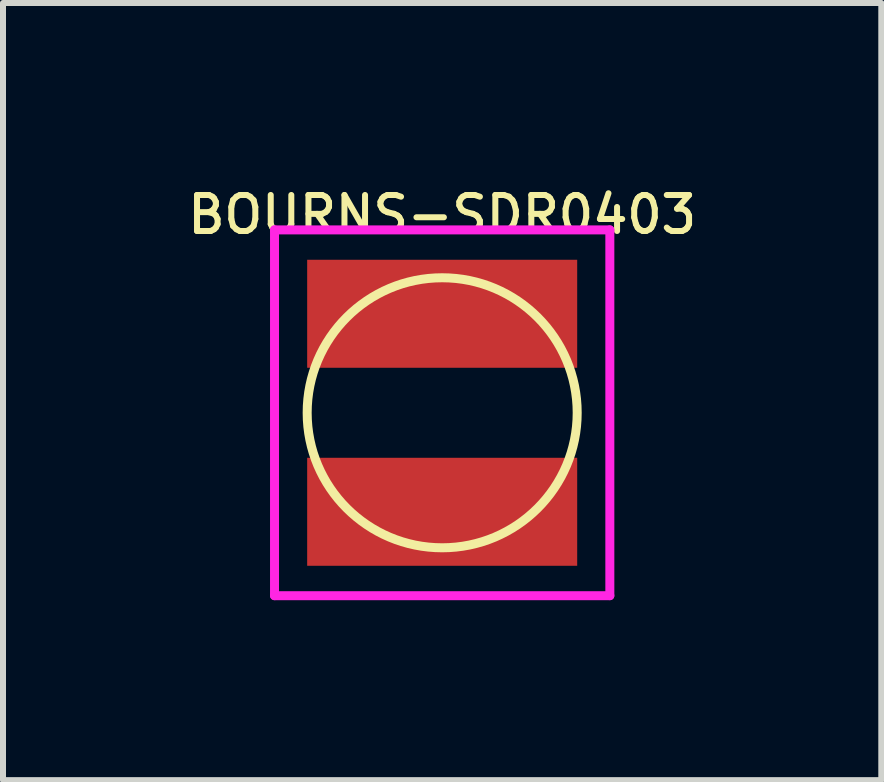
<source format=kicad_pcb>
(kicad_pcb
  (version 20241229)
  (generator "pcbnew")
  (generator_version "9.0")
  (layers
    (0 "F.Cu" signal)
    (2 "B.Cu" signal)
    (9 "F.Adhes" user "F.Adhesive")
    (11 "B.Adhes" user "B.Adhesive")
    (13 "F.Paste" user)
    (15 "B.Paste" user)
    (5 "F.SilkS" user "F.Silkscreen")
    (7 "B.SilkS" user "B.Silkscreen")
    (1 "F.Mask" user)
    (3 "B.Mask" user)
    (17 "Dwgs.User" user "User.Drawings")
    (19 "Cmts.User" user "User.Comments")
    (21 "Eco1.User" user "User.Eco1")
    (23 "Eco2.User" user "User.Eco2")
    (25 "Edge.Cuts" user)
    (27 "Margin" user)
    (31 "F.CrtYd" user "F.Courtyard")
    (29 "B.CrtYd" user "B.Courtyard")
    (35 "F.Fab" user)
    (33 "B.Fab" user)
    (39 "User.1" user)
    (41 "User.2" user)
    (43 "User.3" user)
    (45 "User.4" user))
  (footprint "BOURNS-SDR0403"
    (layer "F.Cu")
    (at 4.319 3.829)
    (property "Reference" "BOURNS-SDR0403" (at 0 -3.302 0) (layer "F.SilkS") (effects (font (size 0.6 0.6) (thickness 0.1))))
    (attr through_hole)
    (fp_circle (center 0 0) (end 2.25 0) (stroke (width 0.15) (type solid)) (fill no) (layer "F.SilkS"))
    (fp_line (start -2.794 -3.048) (end 2.794 -3.048) (stroke (width 0.15) (type solid)) (layer "F.CrtYd"))
    (fp_line (start -2.794 3.048) (end -2.794 -3.048) (stroke (width 0.15) (type solid)) (layer "F.CrtYd"))
    (fp_line (start 2.794 -3.048) (end 2.794 3.048) (stroke (width 0.15) (type solid)) (layer "F.CrtYd"))
    (fp_line (start 2.794 3.048) (end -2.794 3.048) (stroke (width 0.15) (type solid)) (layer "F.CrtYd"))
    (pad "1" smd rect (at 0 -1.65) (size 4.5 1.8) (layers "F.Cu" "F.Mask" "F.Paste"))
    (pad "2" smd rect (at 0 1.65) (size 4.5 1.8) (layers "F.Cu" "F.Mask" "F.Paste")))
  (gr_rect
    (start -3 -3)
    (end 11.637 9.951)
    (stroke (width 0.1) (type default))
    (fill no)
    (layer "Edge.Cuts")))
</source>
